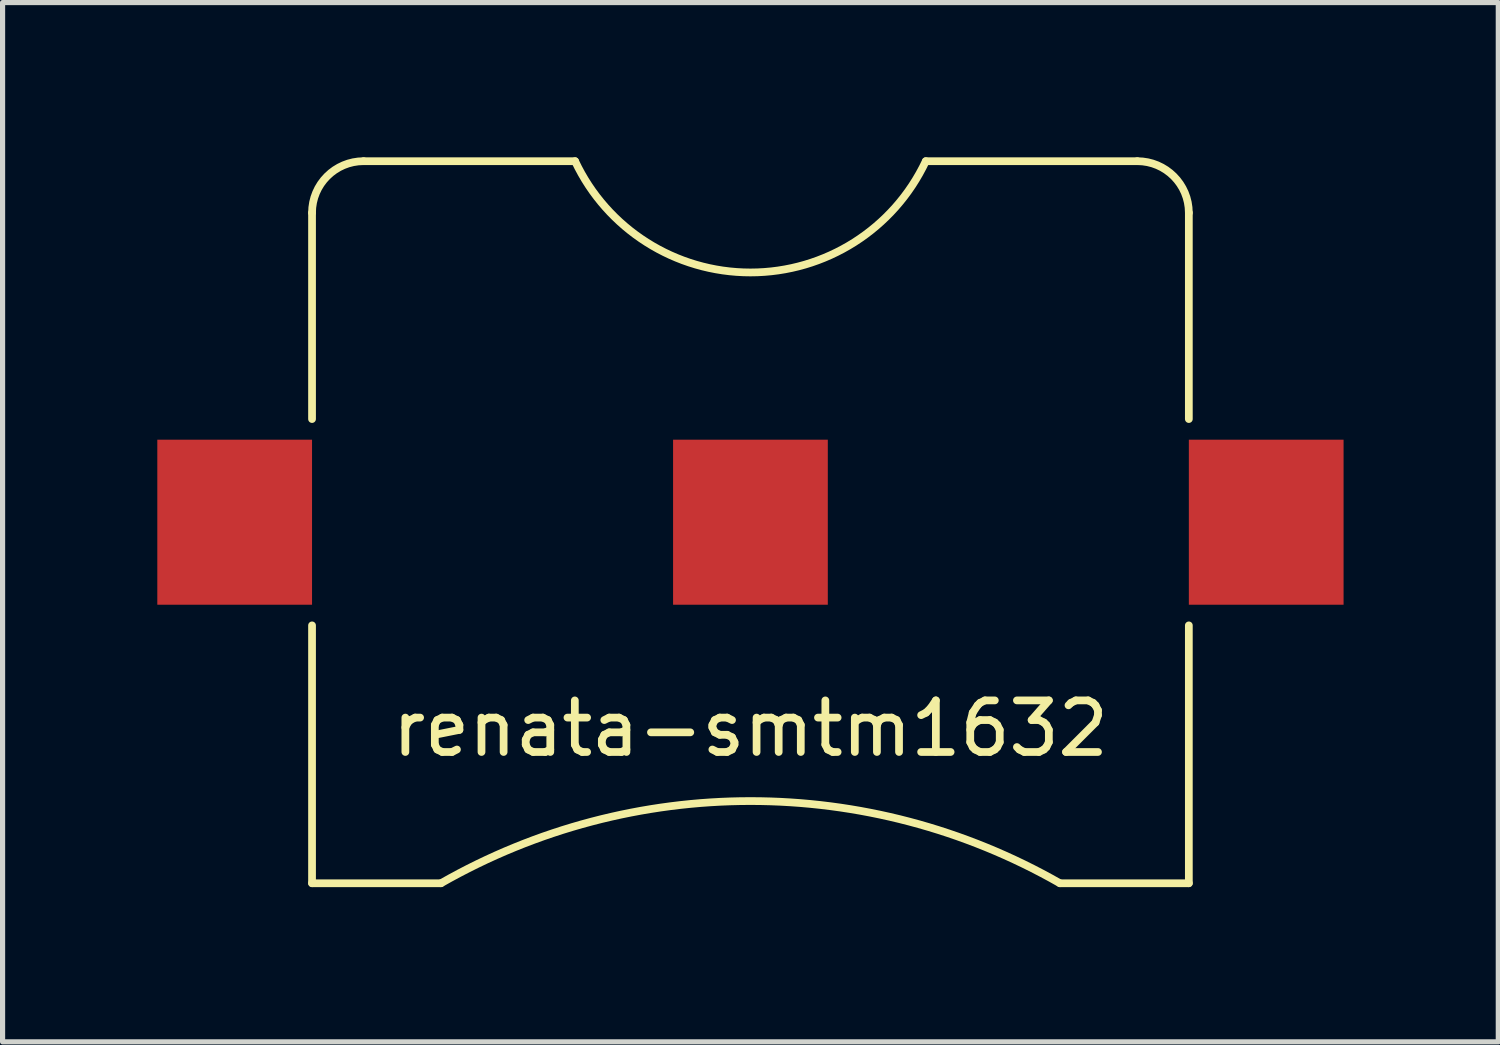
<source format=kicad_pcb>
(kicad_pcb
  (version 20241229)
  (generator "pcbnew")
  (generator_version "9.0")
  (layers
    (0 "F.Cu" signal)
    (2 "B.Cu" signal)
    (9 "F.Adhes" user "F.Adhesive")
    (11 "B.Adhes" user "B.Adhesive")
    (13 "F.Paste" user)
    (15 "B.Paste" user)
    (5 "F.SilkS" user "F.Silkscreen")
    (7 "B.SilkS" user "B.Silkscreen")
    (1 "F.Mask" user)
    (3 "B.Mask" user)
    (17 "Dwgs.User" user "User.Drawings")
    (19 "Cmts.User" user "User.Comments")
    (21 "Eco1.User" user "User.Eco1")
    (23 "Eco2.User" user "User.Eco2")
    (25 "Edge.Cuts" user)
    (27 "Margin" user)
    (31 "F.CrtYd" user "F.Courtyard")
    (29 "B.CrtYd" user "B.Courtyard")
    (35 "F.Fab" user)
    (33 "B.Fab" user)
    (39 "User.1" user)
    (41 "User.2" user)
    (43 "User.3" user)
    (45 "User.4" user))
  (footprint "renata-smtm1632"
    (layer "F.Cu")
    (at 11.5 7.075)
    (property "Reference" "renata-smtm1632" (at 0 4 0) (layer "F.SilkS") (effects (font (size 1 1) (thickness 0.15))))
    (attr through_hole)
    (fp_line (start -8.5 -2) (end -8.5 -6) (stroke (width 0.15) (type solid)) (layer "F.SilkS"))
    (fp_line (start -8.5 7) (end -8.5 2) (stroke (width 0.15) (type solid)) (layer "F.SilkS"))
    (fp_line (start -8.5 7) (end -6 7) (stroke (width 0.15) (type solid)) (layer "F.SilkS"))
    (fp_line (start -7.5 -7) (end -3.4 -7) (stroke (width 0.15) (type solid)) (layer "F.SilkS"))
    (fp_line (start 6 7) (end 8.5 7) (stroke (width 0.15) (type solid)) (layer "F.SilkS"))
    (fp_line (start 7.5 -7) (end 3.4 -7) (stroke (width 0.15) (type solid)) (layer "F.SilkS"))
    (fp_line (start 8.5 -6) (end 8.5 -2) (stroke (width 0.15) (type solid)) (layer "F.SilkS"))
    (fp_line (start 8.5 2) (end 8.5 7) (stroke (width 0.15) (type solid)) (layer "F.SilkS"))
    (fp_arc (start -8.5 -6) (mid -8.207107 -6.707107) (end -7.5 -7) (stroke (width 0.15) (type solid)) (layer "F.SilkS"))
    (fp_arc (start -6 7) (mid 0 5.406613) (end 6 7) (stroke (width 0.15) (type solid)) (layer "F.SilkS"))
    (fp_arc (start 3.4 -7) (mid 0 -4.842341) (end -3.4 -7) (stroke (width 0.15) (type solid)) (layer "F.SilkS"))
    (fp_arc (start 7.5 -7) (mid 8.207107 -6.707107) (end 8.5 -6) (stroke (width 0.15) (type solid)) (layer "F.SilkS"))
    (pad "1" smd rect (at -10 0) (size 3 3.2) (layers "F.Cu" "F.Mask" "F.Paste"))
    (pad "1" smd rect (at 10 0) (size 3 3.2) (layers "F.Cu" "F.Mask" "F.Paste"))
    (pad "2" smd rect (at 0 0) (size 3 3.2) (layers "F.Cu" "F.Mask" "F.Paste")))
  (gr_rect
    (start -3 -3)
    (end 26 17.15)
    (stroke (width 0.1) (type default))
    (fill no)
    (layer "Edge.Cuts")))
</source>
